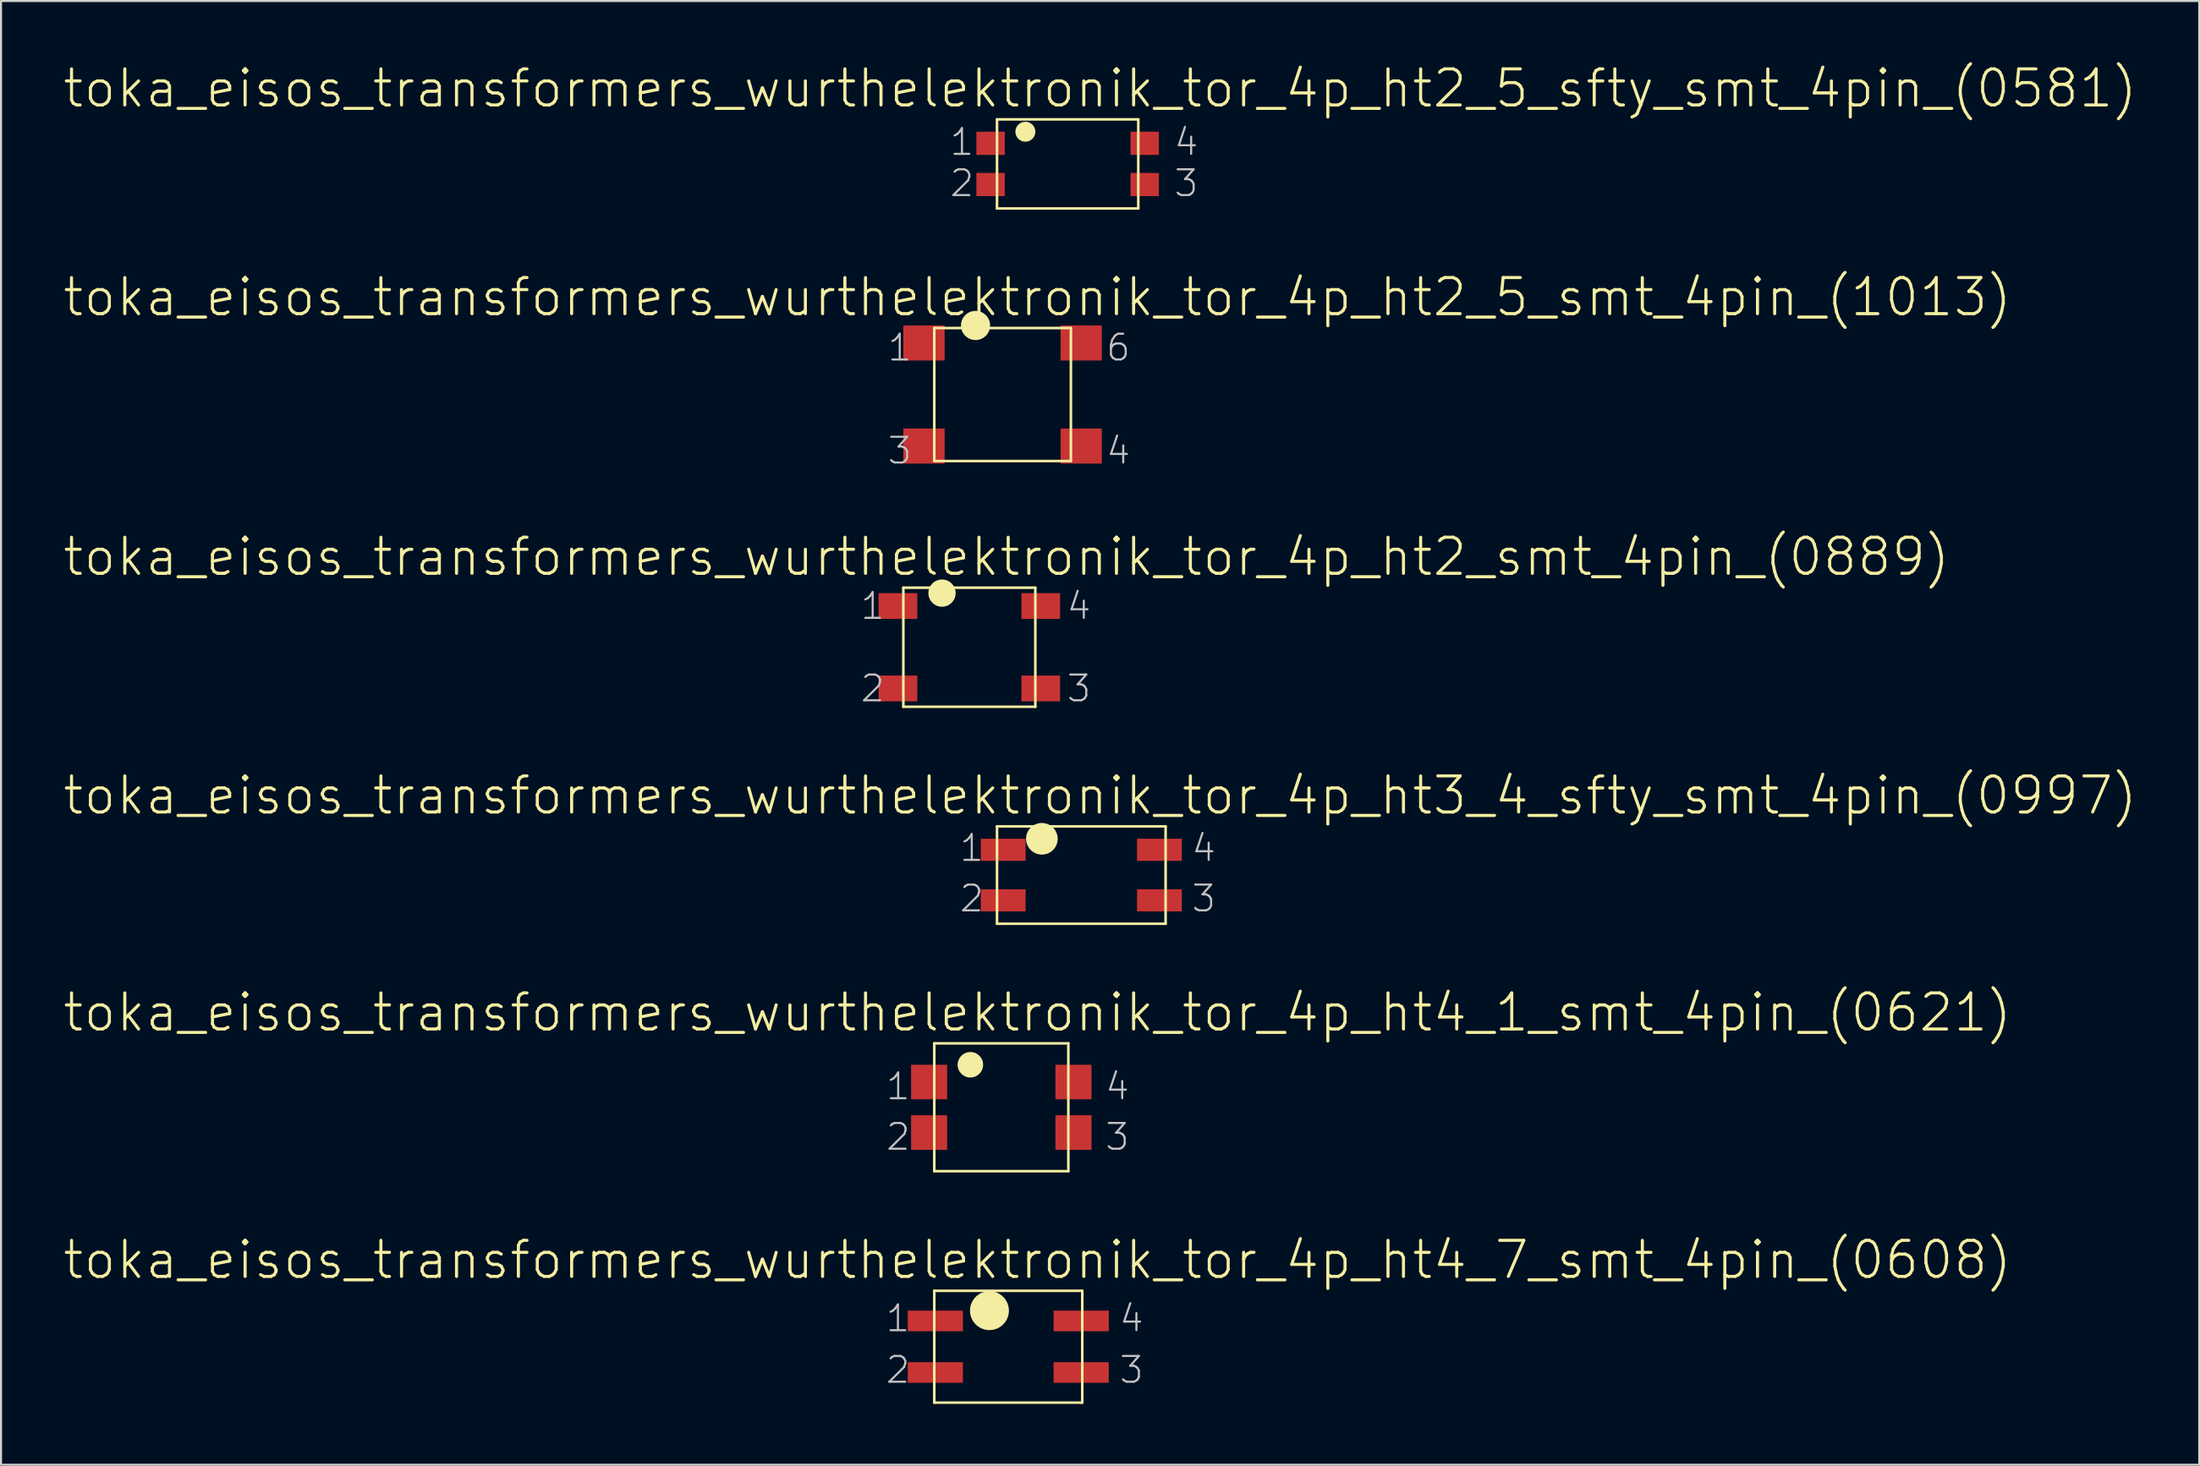
<source format=kicad_pcb>
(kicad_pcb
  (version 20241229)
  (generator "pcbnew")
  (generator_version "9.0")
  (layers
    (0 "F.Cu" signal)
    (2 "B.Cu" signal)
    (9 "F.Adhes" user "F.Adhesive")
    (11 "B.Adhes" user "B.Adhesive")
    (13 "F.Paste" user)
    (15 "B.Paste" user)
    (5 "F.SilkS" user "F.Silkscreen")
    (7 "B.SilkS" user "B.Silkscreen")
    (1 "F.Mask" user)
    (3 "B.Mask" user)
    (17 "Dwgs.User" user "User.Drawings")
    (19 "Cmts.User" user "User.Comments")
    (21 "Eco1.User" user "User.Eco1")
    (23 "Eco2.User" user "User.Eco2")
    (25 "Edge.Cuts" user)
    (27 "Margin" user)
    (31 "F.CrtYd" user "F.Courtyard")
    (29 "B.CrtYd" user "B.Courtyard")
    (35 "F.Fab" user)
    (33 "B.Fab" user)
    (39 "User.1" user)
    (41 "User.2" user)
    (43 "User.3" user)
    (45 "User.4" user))
  (footprint "toka_eisos_transformers_wurthelektronik_tor_4p_ht3_4_sfty_smt_4pin_(0997)"
    (layer "F.Cu")
    (at 50.22 40.079)
    (property "Reference" "toka_eisos_transformers_wurthelektronik_tor_4p_ht3_4_sfty_smt_4pin_(0997)" (at 0.927 -3.924 0) (layer "F.SilkS") (effects (font (size 1.778 1.778) (thickness 0.152))))
    (attr smd)
    (fp_line (start -4.153 -2.4) (end -4.153 2.4) (stroke (width 0.127) (type solid)) (layer "F.SilkS"))
    (fp_line (start -4.153 -2.4) (end 4.153 -2.4) (stroke (width 0.127) (type solid)) (layer "F.SilkS"))
    (fp_line (start -4.153 2.4) (end 4.153 2.4) (stroke (width 0.127) (type solid)) (layer "F.SilkS"))
    (fp_line (start 4.153 -2.4) (end 4.153 2.4) (stroke (width 0.127) (type solid)) (layer "F.SilkS"))
    (fp_circle (center -1.943 -1.788) (end -2.494 -2.339) (stroke (width 0) (type solid)) (fill yes) (layer "F.SilkS"))
    (fp_text user "4" (at 6.032 -1.333 0) (layer "Dwgs.User") (effects (font (size 1.27 1.27) (thickness 0.102))))
    (fp_text user "1" (at -5.397 -1.333 0) (layer "Dwgs.User") (effects (font (size 1.27 1.27) (thickness 0.102))))
    (fp_text user "2" (at -5.397 1.156 0) (layer "Dwgs.User") (effects (font (size 1.27 1.27) (thickness 0.102))))
    (fp_text user "3" (at 6.032 1.156 0) (layer "Dwgs.User") (effects (font (size 1.27 1.27) (thickness 0.102))))
    (pad "1" smd rect (at -3.848 -1.245) (size 2.207 1.09) (layers "F.Cu" "F.Mask" "F.Paste"))
    (pad "2" smd rect (at -3.848 1.245) (size 2.207 1.09) (layers "F.Cu" "F.Mask" "F.Paste"))
    (pad "3" smd rect (at 3.848 1.245) (size 2.207 1.09) (layers "F.Cu" "F.Mask" "F.Paste"))
    (pad "4" smd rect (at 3.848 -1.245) (size 2.207 1.09) (layers "F.Cu" "F.Mask" "F.Paste")))
  (footprint "toka_eisos_transformers_wurthelektronik_tor_4p_ht2_5_smt_4pin_(1013)"
    (layer "F.Cu")
    (at 46.342 16.395)
    (property "Reference" "toka_eisos_transformers_wurthelektronik_tor_4p_ht2_5_smt_4pin_(1013)" (at 1.714 -4.801 0) (layer "F.SilkS") (effects (font (size 1.778 1.778) (thickness 0.152))))
    (attr smd)
    (fp_line (start -3.365 -3.277) (end -3.365 3.277) (stroke (width 0.127) (type solid)) (layer "F.SilkS"))
    (fp_line (start -3.365 -3.277) (end 3.365 -3.277) (stroke (width 0.127) (type solid)) (layer "F.SilkS"))
    (fp_line (start -3.365 3.277) (end 3.365 3.277) (stroke (width 0.127) (type solid)) (layer "F.SilkS"))
    (fp_line (start 3.365 -3.277) (end 3.365 3.277) (stroke (width 0.127) (type solid)) (layer "F.SilkS"))
    (fp_circle (center -1.333 -3.404) (end -1.841 -3.912) (stroke (width 0) (type solid)) (fill yes) (layer "F.SilkS"))
    (fp_text user "4" (at 5.702 2.769 0) (layer "Dwgs.User") (effects (font (size 1.27 1.27) (thickness 0.102))))
    (fp_text user "6" (at 5.702 -2.311 0) (layer "Dwgs.User") (effects (font (size 1.27 1.27) (thickness 0.102))))
    (fp_text user "1" (at -5.067 -2.311 0) (layer "Dwgs.User") (effects (font (size 1.27 1.27) (thickness 0.102))))
    (fp_text user "3" (at -5.067 2.769 0) (layer "Dwgs.User") (effects (font (size 1.27 1.27) (thickness 0.102))))
    (pad "1" smd rect (at -3.873 -2.54) (size 2.032 1.727) (layers "F.Cu" "F.Mask" "F.Paste"))
    (pad "3" smd rect (at -3.873 2.54) (size 2.032 1.727) (layers "F.Cu" "F.Mask" "F.Paste"))
    (pad "4" smd rect (at 3.873 2.54) (size 2.032 1.727) (layers "F.Cu" "F.Mask" "F.Paste"))
    (pad "6" smd rect (at 3.873 -2.54) (size 2.032 1.727) (layers "F.Cu" "F.Mask" "F.Paste")))
  (footprint "toka_eisos_transformers_wurthelektronik_tor_4p_ht4_1_smt_4pin_(0621)"
    (layer "F.Cu")
    (at 46.279 51.524)
    (property "Reference" "toka_eisos_transformers_wurthelektronik_tor_4p_ht4_1_smt_4pin_(0621)" (at 1.778 -4.674 0) (layer "F.SilkS") (effects (font (size 1.778 1.778) (thickness 0.152))))
    (attr smd)
    (fp_line (start -3.302 -3.15) (end -3.302 3.15) (stroke (width 0.127) (type solid)) (layer "F.SilkS"))
    (fp_line (start -3.302 -3.15) (end 3.302 -3.15) (stroke (width 0.127) (type solid)) (layer "F.SilkS"))
    (fp_line (start -3.302 3.15) (end 3.302 3.15) (stroke (width 0.127) (type solid)) (layer "F.SilkS"))
    (fp_line (start 3.302 -3.15) (end 3.302 3.15) (stroke (width 0.127) (type solid)) (layer "F.SilkS"))
    (fp_circle (center -1.524 -2.095) (end -1.968 -2.54) (stroke (width 0) (type solid)) (fill yes) (layer "F.SilkS"))
    (fp_text user "3" (at 5.715 1.46 0) (layer "Dwgs.User") (effects (font (size 1.27 1.27) (thickness 0.102))))
    (fp_text user "2" (at -5.08 1.46 0) (layer "Dwgs.User") (effects (font (size 1.27 1.27) (thickness 0.102))))
    (fp_text user "4" (at 5.715 -1.029 0) (layer "Dwgs.User") (effects (font (size 1.27 1.27) (thickness 0.102))))
    (fp_text user "1" (at -5.08 -1.029 0) (layer "Dwgs.User") (effects (font (size 1.27 1.27) (thickness 0.102))))
    (pad "1" smd rect (at -3.556 -1.245) (size 1.778 1.702) (layers "F.Cu" "F.Mask" "F.Paste"))
    (pad "2" smd rect (at -3.556 1.245) (size 1.778 1.702) (layers "F.Cu" "F.Mask" "F.Paste"))
    (pad "3" smd rect (at 3.556 1.245) (size 1.778 1.702) (layers "F.Cu" "F.Mask" "F.Paste"))
    (pad "4" smd rect (at 3.556 -1.245) (size 1.778 1.702) (layers "F.Cu" "F.Mask" "F.Paste")))
  (footprint "toka_eisos_transformers_wurthelektronik_tor_4p_ht4_7_smt_4pin_(0608)"
    (layer "F.Cu")
    (at 46.622 63.325)
    (property "Reference" "toka_eisos_transformers_wurthelektronik_tor_4p_ht4_7_smt_4pin_(0608)" (at 1.435 -4.28 0) (layer "F.SilkS") (effects (font (size 1.778 1.778) (thickness 0.152))))
    (attr smd)
    (fp_line (start -3.645 -2.756) (end -3.645 2.756) (stroke (width 0.127) (type solid)) (layer "F.SilkS"))
    (fp_line (start -3.645 -2.756) (end 3.645 -2.756) (stroke (width 0.127) (type solid)) (layer "F.SilkS"))
    (fp_line (start -3.645 2.756) (end 3.645 2.756) (stroke (width 0.127) (type solid)) (layer "F.SilkS"))
    (fp_line (start 3.645 -2.756) (end 3.645 2.756) (stroke (width 0.127) (type solid)) (layer "F.SilkS"))
    (fp_circle (center -0.927 -1.778) (end -1.605 -2.456) (stroke (width 0) (type solid)) (fill yes) (layer "F.SilkS"))
    (fp_text user "3" (at 6.071 1.143 0) (layer "Dwgs.User") (effects (font (size 1.27 1.27) (thickness 0.102))))
    (fp_text user "4" (at 6.071 -1.397 0) (layer "Dwgs.User") (effects (font (size 1.27 1.27) (thickness 0.102))))
    (fp_text user "1" (at -5.436 -1.397 0) (layer "Dwgs.User") (effects (font (size 1.27 1.27) (thickness 0.102))))
    (fp_text user "2" (at -5.436 1.143 0) (layer "Dwgs.User") (effects (font (size 1.27 1.27) (thickness 0.102))))
    (pad "1" smd rect (at -3.592 -1.27) (size 2.718 1.016) (layers "F.Cu" "F.Mask" "F.Paste"))
    (pad "2" smd rect (at -3.592 1.27) (size 2.718 1.016) (layers "F.Cu" "F.Mask" "F.Paste"))
    (pad "3" smd rect (at 3.592 1.27) (size 2.718 1.016) (layers "F.Cu" "F.Mask" "F.Paste"))
    (pad "4" smd rect (at 3.592 -1.27) (size 2.718 1.016) (layers "F.Cu" "F.Mask" "F.Paste")))
  (footprint "toka_eisos_transformers_wurthelektronik_tor_4p_ht2_smt_4pin_(0889)"
    (layer "F.Cu")
    (at 44.704 28.85)
    (property "Reference" "toka_eisos_transformers_wurthelektronik_tor_4p_ht2_smt_4pin_(0889)" (at 1.829 -4.458 0) (layer "F.SilkS") (effects (font (size 1.778 1.778) (thickness 0.152))))
    (attr smd)
    (fp_line (start -3.251 -2.934) (end -3.251 2.934) (stroke (width 0.127) (type solid)) (layer "F.SilkS"))
    (fp_line (start -3.251 -2.934) (end 3.251 -2.934) (stroke (width 0.127) (type solid)) (layer "F.SilkS"))
    (fp_line (start -3.251 2.934) (end 3.251 2.934) (stroke (width 0.127) (type solid)) (layer "F.SilkS"))
    (fp_line (start 3.251 -2.934) (end 3.251 2.934) (stroke (width 0.127) (type solid)) (layer "F.SilkS"))
    (fp_circle (center -1.346 -2.667) (end -1.821 -3.142) (stroke (width 0) (type solid)) (fill yes) (layer "F.SilkS"))
    (fp_text user "4" (at 5.397 -2.032 0) (layer "Dwgs.User") (effects (font (size 1.27 1.27) (thickness 0.102))))
    (fp_text user "2" (at -4.763 2.032 0) (layer "Dwgs.User") (effects (font (size 1.27 1.27) (thickness 0.102))))
    (fp_text user "1" (at -4.763 -2.032 0) (layer "Dwgs.User") (effects (font (size 1.27 1.27) (thickness 0.102))))
    (fp_text user "3" (at 5.397 2.032 0) (layer "Dwgs.User") (effects (font (size 1.27 1.27) (thickness 0.102))))
    (pad "1" smd rect (at -3.518 -2.032) (size 1.905 1.27) (layers "F.Cu" "F.Mask" "F.Paste"))
    (pad "2" smd rect (at -3.518 2.032) (size 1.905 1.27) (layers "F.Cu" "F.Mask" "F.Paste"))
    (pad "3" smd rect (at 3.518 2.032) (size 1.905 1.27) (layers "F.Cu" "F.Mask" "F.Paste"))
    (pad "4" smd rect (at 3.518 -2.032) (size 1.905 1.27) (layers "F.Cu" "F.Mask" "F.Paste")))
  (footprint "toka_eisos_transformers_wurthelektronik_tor_4p_ht2_5_sfty_smt_4pin_(0581)"
    (layer "F.Cu")
    (at 49.547 5.029)
    (property "Reference" "toka_eisos_transformers_wurthelektronik_tor_4p_ht2_5_sfty_smt_4pin_(0581)" (at 1.6 -3.721 0) (layer "F.SilkS") (effects (font (size 1.778 1.778) (thickness 0.152))))
    (attr smd)
    (fp_line (start -3.48 -2.195) (end -3.48 2.195) (stroke (width 0.127) (type solid)) (layer "F.SilkS"))
    (fp_line (start -3.48 -2.195) (end 3.48 -2.195) (stroke (width 0.127) (type solid)) (layer "F.SilkS"))
    (fp_line (start -3.48 2.195) (end 3.48 2.195) (stroke (width 0.127) (type solid)) (layer "F.SilkS"))
    (fp_line (start 3.48 -2.195) (end 3.48 2.195) (stroke (width 0.127) (type solid)) (layer "F.SilkS"))
    (fp_circle (center -2.083 -1.587) (end -2.431 -1.935) (stroke (width 0) (type solid)) (fill yes) (layer "F.SilkS"))
    (fp_text user "2" (at -5.207 0.953 0) (layer "Dwgs.User") (effects (font (size 1.27 1.27) (thickness 0.102))))
    (fp_text user "4" (at 5.842 -1.079 0) (layer "Dwgs.User") (effects (font (size 1.27 1.27) (thickness 0.102))))
    (fp_text user "3" (at 5.842 0.953 0) (layer "Dwgs.User") (effects (font (size 1.27 1.27) (thickness 0.102))))
    (fp_text user "1" (at -5.207 -1.079 0) (layer "Dwgs.User") (effects (font (size 1.27 1.27) (thickness 0.102))))
    (pad "1" smd rect (at -3.797 -1.016) (size 1.397 1.143) (layers "F.Cu" "F.Mask" "F.Paste"))
    (pad "2" smd rect (at -3.797 1.016) (size 1.397 1.143) (layers "F.Cu" "F.Mask" "F.Paste"))
    (pad "3" smd rect (at 3.797 1.016) (size 1.397 1.143) (layers "F.Cu" "F.Mask" "F.Paste"))
    (pad "4" smd rect (at 3.797 -1.016) (size 1.397 1.143) (layers "F.Cu" "F.Mask" "F.Paste")))
  (gr_rect
    (start -3 -3)
    (end 105.294 69.144)
    (stroke (width 0.1) (type default))
    (fill no)
    (layer "Edge.Cuts")))
</source>
